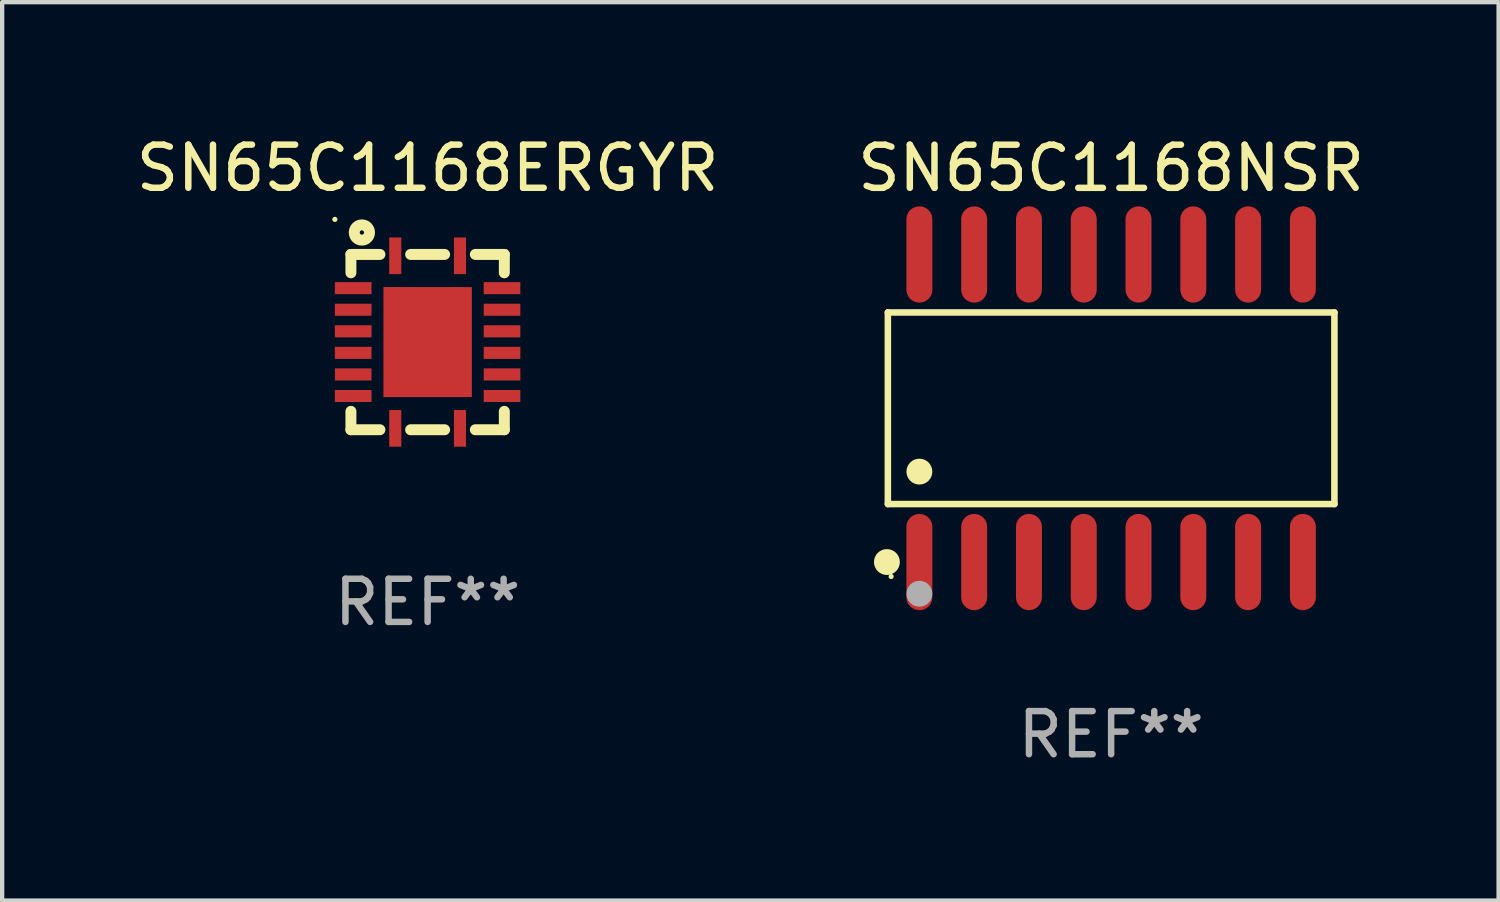
<source format=kicad_pcb>
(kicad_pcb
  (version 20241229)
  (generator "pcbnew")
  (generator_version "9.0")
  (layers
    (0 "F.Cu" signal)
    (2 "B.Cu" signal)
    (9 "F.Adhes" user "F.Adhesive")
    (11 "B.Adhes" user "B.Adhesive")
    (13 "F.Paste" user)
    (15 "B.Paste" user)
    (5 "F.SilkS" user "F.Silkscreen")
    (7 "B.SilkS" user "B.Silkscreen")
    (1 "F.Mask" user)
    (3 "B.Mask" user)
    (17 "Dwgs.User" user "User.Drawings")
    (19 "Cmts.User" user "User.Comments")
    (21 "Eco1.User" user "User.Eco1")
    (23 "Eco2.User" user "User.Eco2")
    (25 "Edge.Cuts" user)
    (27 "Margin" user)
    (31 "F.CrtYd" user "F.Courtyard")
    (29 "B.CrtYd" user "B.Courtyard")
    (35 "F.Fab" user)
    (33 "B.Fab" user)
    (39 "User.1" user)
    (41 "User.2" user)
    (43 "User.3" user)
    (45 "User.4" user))
  (footprint "SN65C1168ERGYR"
    (layer "F.Cu")
    (at 6.863 4.88)
    (property "Reference" "SN65C1168ERGYR" (at 0 -4.032 0) (layer "F.SilkS") (effects (font (size 1 1) (thickness 0.15))))
    (attr through_hole)
    (fp_line (start -1.778 -2.032) (end -1.778 -1.606) (stroke (width 0.254) (type solid)) (layer "F.SilkS"))
    (fp_line (start -1.778 1.606) (end -1.778 2.032) (stroke (width 0.254) (type solid)) (layer "F.SilkS"))
    (fp_line (start -1.778 2.032) (end -1.106 2.032) (stroke (width 0.254) (type solid)) (layer "F.SilkS"))
    (fp_line (start -1.106 -2.032) (end -1.778 -2.032) (stroke (width 0.254) (type solid)) (layer "F.SilkS"))
    (fp_line (start -0.394 2.032) (end 0.394 2.032) (stroke (width 0.254) (type solid)) (layer "F.SilkS"))
    (fp_line (start 0.394 -2.032) (end -0.394 -2.032) (stroke (width 0.254) (type solid)) (layer "F.SilkS"))
    (fp_line (start 1.106 2.032) (end 1.778 2.032) (stroke (width 0.254) (type solid)) (layer "F.SilkS"))
    (fp_line (start 1.778 -2.032) (end 1.106 -2.032) (stroke (width 0.254) (type solid)) (layer "F.SilkS"))
    (fp_line (start 1.778 -1.606) (end 1.778 -2.032) (stroke (width 0.254) (type solid)) (layer "F.SilkS"))
    (fp_line (start 1.778 2.032) (end 1.778 1.606) (stroke (width 0.254) (type solid)) (layer "F.SilkS"))
    (fp_circle (center -2.15 -2.844) (end -2.12 -2.844) (stroke (width 0.06) (type solid)) (fill no) (layer "F.SilkS"))
    (fp_circle (center -1.524 -2.54) (end -1.347 -2.54) (stroke (width 0.254) (type solid)) (fill no) (layer "F.SilkS"))
    (fp_text user "REF**" (at 0 6.032 0) (layer "F.Fab") (effects (font (size 1 1) (thickness 0.15))))
    (pad "1" smd rect (at -0.75 -2) (size 0.28 0.85) (layers "F.Cu" "F.Mask" "F.Paste"))
    (pad "2" smd rect (at -1.725 -1.25 90) (size 0.28 0.85) (layers "F.Cu" "F.Mask" "F.Paste"))
    (pad "3" smd rect (at -1.725 -0.75 90) (size 0.28 0.85) (layers "F.Cu" "F.Mask" "F.Paste"))
    (pad "4" smd rect (at -1.725 -0.25 90) (size 0.28 0.85) (layers "F.Cu" "F.Mask" "F.Paste"))
    (pad "5" smd rect (at -1.725 0.25 90) (size 0.28 0.85) (layers "F.Cu" "F.Mask" "F.Paste"))
    (pad "6" smd rect (at -1.725 0.75 90) (size 0.28 0.85) (layers "F.Cu" "F.Mask" "F.Paste"))
    (pad "7" smd rect (at -1.725 1.25 90) (size 0.28 0.85) (layers "F.Cu" "F.Mask" "F.Paste"))
    (pad "8" smd rect (at -0.75 2 180) (size 0.28 0.85) (layers "F.Cu" "F.Mask" "F.Paste"))
    (pad "9" smd rect (at 0.75 2 180) (size 0.28 0.85) (layers "F.Cu" "F.Mask" "F.Paste"))
    (pad "10" smd rect (at 1.725 1.25 270) (size 0.28 0.85) (layers "F.Cu" "F.Mask" "F.Paste"))
    (pad "11" smd rect (at 1.725 0.75 270) (size 0.28 0.85) (layers "F.Cu" "F.Mask" "F.Paste"))
    (pad "12" smd rect (at 1.725 0.25 270) (size 0.28 0.85) (layers "F.Cu" "F.Mask" "F.Paste"))
    (pad "13" smd rect (at 1.725 -0.25 270) (size 0.28 0.85) (layers "F.Cu" "F.Mask" "F.Paste"))
    (pad "14" smd rect (at 1.725 -0.75 270) (size 0.28 0.85) (layers "F.Cu" "F.Mask" "F.Paste"))
    (pad "15" smd rect (at 1.725 -1.25 270) (size 0.28 0.85) (layers "F.Cu" "F.Mask" "F.Paste"))
    (pad "16" smd rect (at 0.75 -2) (size 0.28 0.85) (layers "F.Cu" "F.Mask" "F.Paste"))
    (pad "17" smd rect (at 0 0 180) (size 2.05 2.55) (layers "F.Cu" "F.Mask" "F.Paste")))
  (footprint "SN65C1168NSR"
    (layer "F.Cu")
    (at 22.708 6.414)
    (property "Reference" "SN65C1168NSR" (at 0 -5.565 0) (layer "F.SilkS") (effects (font (size 1 1) (thickness 0.15))))
    (attr through_hole)
    (fp_line (start -5.176 -2.221) (end 5.176 -2.221) (stroke (width 0.152) (type solid)) (layer "F.SilkS"))
    (fp_line (start -5.176 2.221) (end -5.176 -2.221) (stroke (width 0.152) (type solid)) (layer "F.SilkS"))
    (fp_line (start 5.176 -2.221) (end 5.176 2.221) (stroke (width 0.152) (type solid)) (layer "F.SilkS"))
    (fp_line (start 5.176 2.221) (end -5.176 2.221) (stroke (width 0.152) (type solid)) (layer "F.SilkS"))
    (fp_circle (center -5.198 3.565) (end -5.048 3.565) (stroke (width 0.3) (type solid)) (fill no) (layer "F.SilkS"))
    (fp_circle (center -5.1 3.9) (end -5.07 3.9) (stroke (width 0.06) (type solid)) (fill no) (layer "F.SilkS"))
    (fp_circle (center -4.445 1.469) (end -4.295 1.469) (stroke (width 0.3) (type solid)) (fill no) (layer "F.SilkS"))
    (fp_circle (center -4.445 4.3) (end -4.295 4.3) (stroke (width 0.3) (type solid)) (fill no) (layer "F.Fab"))
    (fp_text user "REF**" (at 0 7.565 0) (layer "F.Fab") (effects (font (size 1 1) (thickness 0.15))))
    (pad "1" smd oval (at -4.445 3.565) (size 0.602 2.231) (layers "F.Cu" "F.Mask" "F.Paste"))
    (pad "2" smd oval (at -3.175 3.565) (size 0.602 2.231) (layers "F.Cu" "F.Mask" "F.Paste"))
    (pad "3" smd oval (at -1.905 3.565) (size 0.602 2.231) (layers "F.Cu" "F.Mask" "F.Paste"))
    (pad "4" smd oval (at -0.635 3.565) (size 0.602 2.231) (layers "F.Cu" "F.Mask" "F.Paste"))
    (pad "5" smd oval (at 0.635 3.565) (size 0.602 2.231) (layers "F.Cu" "F.Mask" "F.Paste"))
    (pad "6" smd oval (at 1.905 3.565) (size 0.602 2.231) (layers "F.Cu" "F.Mask" "F.Paste"))
    (pad "7" smd oval (at 3.175 3.565) (size 0.602 2.231) (layers "F.Cu" "F.Mask" "F.Paste"))
    (pad "8" smd oval (at 4.445 3.565) (size 0.602 2.231) (layers "F.Cu" "F.Mask" "F.Paste"))
    (pad "9" smd oval (at 4.445 -3.565) (size 0.602 2.231) (layers "F.Cu" "F.Mask" "F.Paste"))
    (pad "10" smd oval (at 3.175 -3.565) (size 0.602 2.231) (layers "F.Cu" "F.Mask" "F.Paste"))
    (pad "11" smd oval (at 1.905 -3.565) (size 0.602 2.231) (layers "F.Cu" "F.Mask" "F.Paste"))
    (pad "12" smd oval (at 0.635 -3.565) (size 0.602 2.231) (layers "F.Cu" "F.Mask" "F.Paste"))
    (pad "13" smd oval (at -0.635 -3.565) (size 0.602 2.231) (layers "F.Cu" "F.Mask" "F.Paste"))
    (pad "14" smd oval (at -1.905 -3.565) (size 0.602 2.231) (layers "F.Cu" "F.Mask" "F.Paste"))
    (pad "15" smd oval (at -3.175 -3.565) (size 0.602 2.231) (layers "F.Cu" "F.Mask" "F.Paste"))
    (pad "16" smd oval (at -4.445 -3.565) (size 0.602 2.231) (layers "F.Cu" "F.Mask" "F.Paste")))
  (gr_rect
    (start -3 -3)
    (end 31.69 17.827)
    (stroke (width 0.1) (type default))
    (fill no)
    (layer "Edge.Cuts")))
</source>
